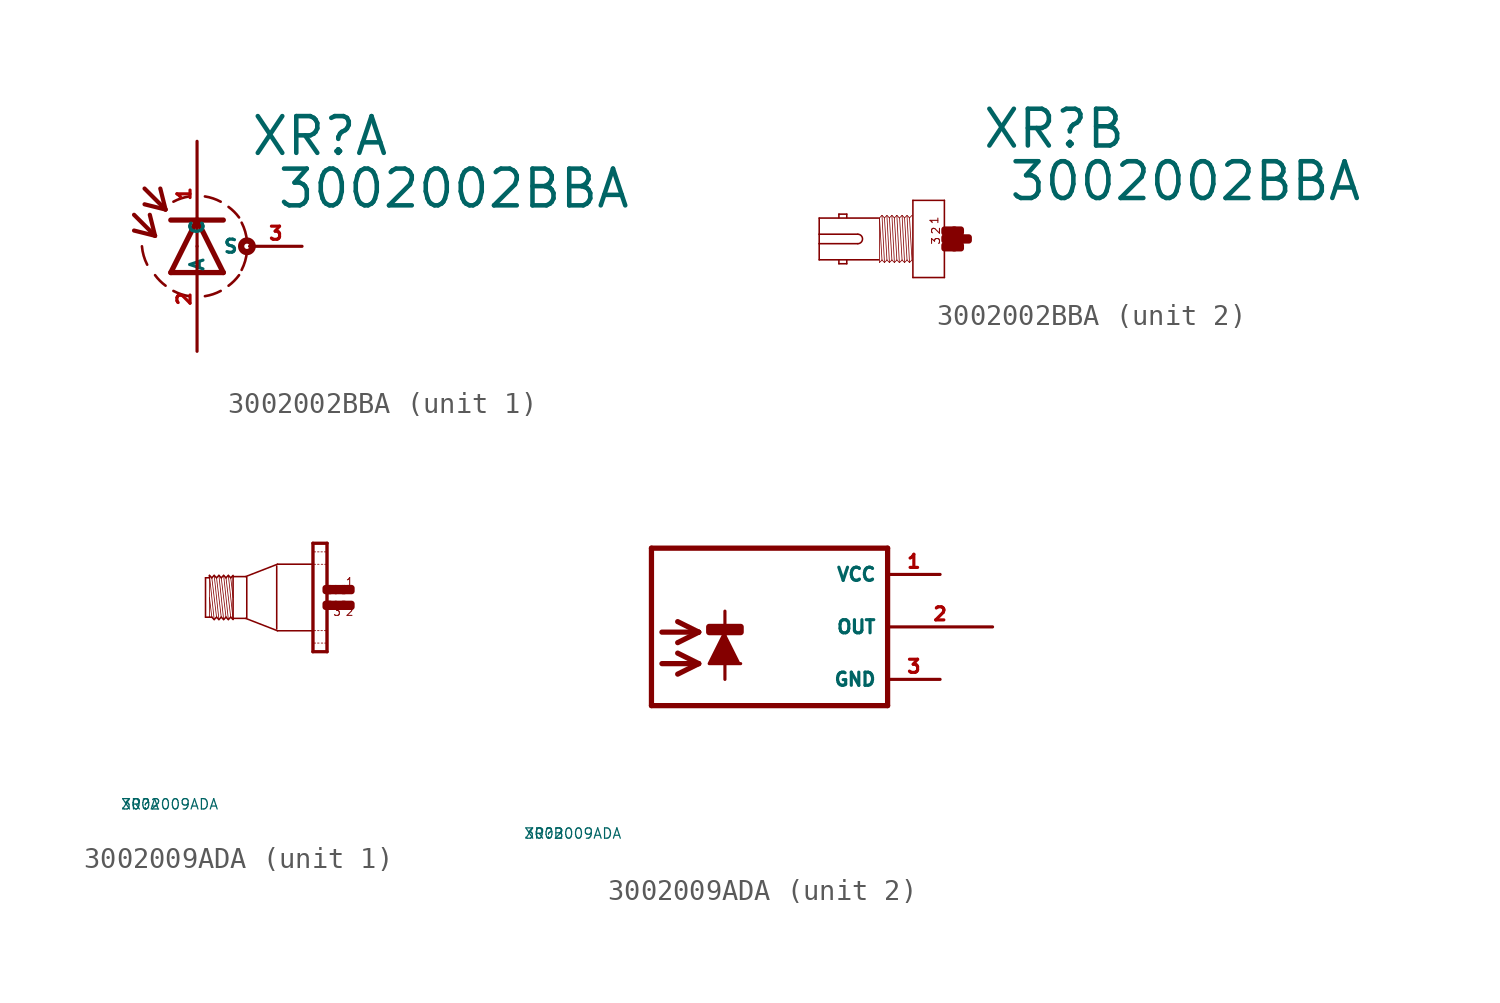
<source format=kicad_sym>
(kicad_symbol_lib
  (version 20220914)
  (generator Eagle2Kicad)
  (symbol "3002002BBA"
    (property "Reference" "XR"
      (at 2.54 4.293 0)
      (effects (font (size 1.778 1.778) (thickness 0.22)) (justify left bottom)))
    (property "Value" "3002002BBA"
      (at 3.81 1.753 0)
      (effects (font (size 1.778 1.778) (thickness 0.22)) (justify left bottom)))
    (symbol "3002002BBA_1_0"
      (arc (start 0.381 -2.413) (mid 0.773 -2.318) (end 1.143 -2.159) (stroke (width 0.127) (type default)) (fill (type none)))
      (arc (start 2.159 -1.143) (mid 2.329 -0.711) (end 2.413 -0.254) (stroke (width 0.127) (type default)) (fill (type none)))
      (arc (start 2.413 0.254) (mid 2.329 0.711) (end 2.159 1.143) (stroke (width 0.127) (type default)) (fill (type none)))
      (arc (start 2.032 1.397) (mid 1.797 1.670) (end 1.524 1.905) (stroke (width 0.127) (type default)) (fill (type none)))
      (arc (start 1.143 2.159) (mid 0.773 2.318) (end 0.381 2.413) (stroke (width 0.127) (type default)) (fill (type none)))
      (arc (start 1.524 -1.905) (mid 1.797 -1.670) (end 2.032 -1.397) (stroke (width 0.127) (type default)) (fill (type none)))
      (arc (start -0.381 2.413) (mid -0.773 2.318) (end -1.143 2.159) (stroke (width 0.127) (type default)) (fill (type none)))
      (polyline (pts (xy 1.27 -1.27) (xy 0 1.27)) (stroke (width 0.254) (type default)) (fill (type none)))
      (polyline (pts (xy 0 1.27) (xy -1.27 -1.27)) (stroke (width 0.254) (type default)) (fill (type none)))
      (polyline (pts (xy -1.27 1.27) (xy 0 1.27)) (stroke (width 0.254) (type default)) (fill (type none)))
      (polyline (pts (xy -1.27 -1.27) (xy 1.27 -1.27)) (stroke (width 0.254) (type default)) (fill (type none)))
      (polyline (pts (xy 0 1.27) (xy 1.27 1.27)) (stroke (width 0.254) (type default)) (fill (type none)))
      (polyline (pts (xy -3.048 1.524) (xy -2.032 0.508)) (stroke (width 0.203) (type default)) (fill (type none)))
      (polyline (pts (xy -2.032 0.508) (xy -2.286 1.524)) (stroke (width 0.203) (type default)) (fill (type none)))
      (polyline (pts (xy -2.032 0.508) (xy -3.048 0.762)) (stroke (width 0.203) (type default)) (fill (type none)))
      (polyline (pts (xy -2.54 2.794) (xy -1.524 1.778)) (stroke (width 0.203) (type default)) (fill (type none)))
      (polyline (pts (xy -1.524 1.778) (xy -1.778 2.794)) (stroke (width 0.203) (type default)) (fill (type none)))
      (polyline (pts (xy -1.524 1.778) (xy -2.54 2.032)) (stroke (width 0.203) (type default)) (fill (type none)))
      (arc (start -2.667 0) (mid -2.583 -0.457) (end -2.413 -0.889) (stroke (width 0.127) (type default)) (fill (type none)))
      (arc (start -2.032 -1.397) (mid -1.797 -1.670) (end -1.524 -1.905) (stroke (width 0.127) (type default)) (fill (type none)))
      (arc (start -1.143 -2.159) (mid -0.773 -2.318) (end -0.381 -2.413) (stroke (width 0.127) (type default)) (fill (type none)))
      (circle (center 2.413 0) (radius 0.127) (stroke (width 0.305) (type default)) (fill (type none)))
      (pin passive line (at 0 5.08 270) (length 5.08) (name "A" (effects (font (size 0.635 0.635) (thickness 0.08)) (justify left bottom))) (number "1" (effects (font (size 0.635 0.635) (thickness 0.08)) (justify left bottom))))
      (pin passive line (at 0 -5.08 90) (length 5.08) (name "C" (effects (font (size 0.635 0.635) (thickness 0.08)) (justify left bottom))) (number "2" (effects (font (size 0.635 0.635) (thickness 0.08)) (justify left bottom))))
      (pin passive line (at 5.08 0 180) (length 2.54) (name "S" (effects (font (size 0.635 0.635) (thickness 0.08)) (justify left bottom))) (number "3" (effects (font (size 0.635 0.635) (thickness 0.08)) (justify left bottom)))))
    (symbol "3002002BBA_2_0"
      (polyline (pts (xy 0.762 1.867) (xy 0.762 -1.867)) (stroke (width 0.076) (type default)) (fill (type none)))
      (polyline (pts (xy 0.762 -1.867) (xy -0.762 -1.867)) (stroke (width 0.076) (type default)) (fill (type none)))
      (polyline (pts (xy -0.762 -1.867) (xy -0.762 1.867)) (stroke (width 0.076) (type default)) (fill (type none)))
      (polyline (pts (xy -0.762 1.867) (xy 0.762 1.867)) (stroke (width 0.076) (type default)) (fill (type none)))
      (polyline (pts (xy -2.419 1.01) (xy -5.296 1.01)) (stroke (width 0.076) (type default)) (fill (type none)))
      (polyline (pts (xy -5.296 1.01) (xy -5.296 0.229)) (stroke (width 0.076) (type default)) (fill (type none)))
      (polyline (pts (xy -5.296 0.229) (xy -5.296 -0.229)) (stroke (width 0.076) (type default)) (fill (type none)))
      (polyline (pts (xy -5.296 -0.229) (xy -5.296 -1.01)) (stroke (width 0.076) (type default)) (fill (type none)))
      (polyline (pts (xy -5.296 -1.01) (xy -2.419 -1.01)) (stroke (width 0.076) (type default)) (fill (type none)))
      (polyline (pts (xy -3.962 -1.029) (xy -3.962 -1.2)) (stroke (width 0.076) (type default)) (fill (type none)))
      (polyline (pts (xy -3.962 -1.2) (xy -4.343 -1.2)) (stroke (width 0.076) (type default)) (fill (type none)))
      (polyline (pts (xy -4.343 -1.2) (xy -4.343 -1.029)) (stroke (width 0.076) (type default)) (fill (type none)))
      (polyline (pts (xy -4.343 1.029) (xy -4.343 1.2)) (stroke (width 0.076) (type default)) (fill (type none)))
      (polyline (pts (xy -4.343 1.2) (xy -3.962 1.2)) (stroke (width 0.076) (type default)) (fill (type none)))
      (polyline (pts (xy -3.962 1.2) (xy -3.962 1.029)) (stroke (width 0.076) (type default)) (fill (type none)))
      (polyline (pts (xy -2.258 1.14) (xy -2.138 -1.14)) (stroke (width 0.038) (type default)) (fill (type none)))
      (polyline (pts (xy -2.018 1.099) (xy -1.898 -1.14)) (stroke (width 0.038) (type default)) (fill (type none)))
      (polyline (pts (xy -1.898 1.02) (xy -1.778 -1.02)) (stroke (width 0.038) (type default)) (fill (type none)))
      (polyline (pts (xy -1.778 1.14) (xy -1.658 -1.14)) (stroke (width 0.038) (type default)) (fill (type none)))
      (polyline (pts (xy -1.538 1.14) (xy -1.418 -1.14)) (stroke (width 0.038) (type default)) (fill (type none)))
      (polyline (pts (xy -2.378 -1.14) (xy -2.378 0.999)) (stroke (width 0.038) (type default)) (fill (type none)))
      (polyline (pts (xy -2.378 -1.14) (xy -2.258 -1.02)) (stroke (width 0.038) (type default)) (fill (type none)))
      (polyline (pts (xy -2.258 -1.02) (xy -2.138 -1.14)) (stroke (width 0.038) (type default)) (fill (type none)))
      (polyline (pts (xy -2.138 -1.14) (xy -2.018 -1.02)) (stroke (width 0.038) (type default)) (fill (type none)))
      (polyline (pts (xy -2.018 -1.02) (xy -1.898 -1.14)) (stroke (width 0.038) (type default)) (fill (type none)))
      (polyline (pts (xy -1.898 -1.14) (xy -1.778 -1.02)) (stroke (width 0.038) (type default)) (fill (type none)))
      (polyline (pts (xy -1.778 -1.02) (xy -1.658 -1.14)) (stroke (width 0.038) (type default)) (fill (type none)))
      (polyline (pts (xy -1.658 -1.14) (xy -1.538 -1.02)) (stroke (width 0.038) (type default)) (fill (type none)))
      (polyline (pts (xy -1.538 -1.02) (xy -1.418 -1.14)) (stroke (width 0.038) (type default)) (fill (type none)))
      (polyline (pts (xy -2.378 1.02) (xy -2.258 1.14)) (stroke (width 0.038) (type default)) (fill (type none)))
      (polyline (pts (xy -2.258 1.14) (xy -2.138 1.02)) (stroke (width 0.038) (type default)) (fill (type none)))
      (polyline (pts (xy -2.138 1.02) (xy -2.018 1.14)) (stroke (width 0.038) (type default)) (fill (type none)))
      (polyline (pts (xy -2.018 1.14) (xy -1.898 1.02)) (stroke (width 0.038) (type default)) (fill (type none)))
      (polyline (pts (xy -1.898 1.02) (xy -1.778 1.14)) (stroke (width 0.038) (type default)) (fill (type none)))
      (polyline (pts (xy -1.778 1.14) (xy -1.658 1.02)) (stroke (width 0.038) (type default)) (fill (type none)))
      (polyline (pts (xy -1.658 1.02) (xy -1.538 1.14)) (stroke (width 0.038) (type default)) (fill (type none)))
      (polyline (pts (xy -1.538 1.14) (xy -1.418 1.02)) (stroke (width 0.038) (type default)) (fill (type none)))
      (polyline (pts (xy -2.138 1.02) (xy -2.018 -1.02)) (stroke (width 0.038) (type default)) (fill (type none)))
      (polyline (pts (xy -1.658 1.02) (xy -1.538 -1.02)) (stroke (width 0.038) (type default)) (fill (type none)))
      (polyline (pts (xy -2.378 1.02) (xy -2.258 -1.02)) (stroke (width 0.038) (type default)) (fill (type none)))
      (polyline (pts (xy -1.286 1.14) (xy -1.166 -1.14)) (stroke (width 0.038) (type default)) (fill (type none)))
      (polyline (pts (xy -1.046 1.099) (xy -0.926 -1.14)) (stroke (width 0.038) (type default)) (fill (type none)))
      (polyline (pts (xy -0.926 1.02) (xy -0.806 -1.02)) (stroke (width 0.038) (type default)) (fill (type none)))
      (polyline (pts (xy -1.406 -1.14) (xy -1.286 -1.02)) (stroke (width 0.038) (type default)) (fill (type none)))
      (polyline (pts (xy -1.286 -1.02) (xy -1.166 -1.14)) (stroke (width 0.038) (type default)) (fill (type none)))
      (polyline (pts (xy -1.166 -1.14) (xy -1.046 -1.02)) (stroke (width 0.038) (type default)) (fill (type none)))
      (polyline (pts (xy -1.046 -1.02) (xy -0.926 -1.14)) (stroke (width 0.038) (type default)) (fill (type none)))
      (polyline (pts (xy -0.926 -1.14) (xy -0.806 -1.02)) (stroke (width 0.038) (type default)) (fill (type none)))
      (polyline (pts (xy -1.406 1.02) (xy -1.286 1.14)) (stroke (width 0.038) (type default)) (fill (type none)))
      (polyline (pts (xy -1.286 1.14) (xy -1.166 1.02)) (stroke (width 0.038) (type default)) (fill (type none)))
      (polyline (pts (xy -1.166 1.02) (xy -1.046 1.14)) (stroke (width 0.038) (type default)) (fill (type none)))
      (polyline (pts (xy -1.046 1.14) (xy -0.926 1.02)) (stroke (width 0.038) (type default)) (fill (type none)))
      (polyline (pts (xy -0.926 1.02) (xy -0.806 1.14)) (stroke (width 0.038) (type default)) (fill (type none)))
      (polyline (pts (xy -1.166 1.02) (xy -1.046 -1.02)) (stroke (width 0.038) (type default)) (fill (type none)))
      (polyline (pts (xy -1.406 1.02) (xy -1.286 -1.02)) (stroke (width 0.038) (type default)) (fill (type none)))
      (polyline (pts (xy -5.296 -0.229) (xy -3.429 -0.229)) (stroke (width 0.076) (type default)) (fill (type none)))
      (polyline (pts (xy -3.429 0.229) (xy -5.296 0.229)) (stroke (width 0.076) (type default)) (fill (type none)))
      (arc (start -3.429 -0.2286) (mid -3.200 0.000) (end -3.429 0.2286) (stroke (width 0.0762) (type default)) (fill (type none)))
      (text "1" (at 0.495 0.686 1800) (effects (font (size 0.381 0.381) (thickness 0.05)) (justify left bottom)))
      (text "3" (at 0.572 -0.305 1800) (effects (font (size 0.381 0.381) (thickness 0.05)) (justify left bottom)))
      (text "2" (at 0.572 0.191 1800) (effects (font (size 0.381 0.381) (thickness 0.05)) (justify left bottom)))
      (rectangle (start 0.762 -0.457) (end 1.257 -0.305) (stroke (width 0.3) (type default)) (fill (type outline)))
      (rectangle (start 0.762 -0.076) (end 1.638 0.076) (stroke (width 0.3) (type default)) (fill (type outline)))
      (rectangle (start 1.219 -0.457) (end 1.562 -0.305) (stroke (width 0.3) (type default)) (fill (type outline)))
      (rectangle (start 1.6 -0.076) (end 1.943 0.076) (stroke (width 0.3) (type default)) (fill (type outline)))
      (rectangle (start 1.219 0.305) (end 1.562 0.457) (stroke (width 0.3) (type default)) (fill (type outline)))
      (rectangle (start 0.762 0.305) (end 1.257 0.457) (stroke (width 0.3) (type default)) (fill (type outline)))))
  (symbol "3002009ADA"
    (property "Reference" "XR"
      (at -10 -10 0)
      (effects (font (size 0.5 0.5) (thickness 0.06)) (justify left)))
    (property "Value" "3002009ADA"
      (at -10 -10 0)
      (effects (font (size 0.5 0.5) (thickness 0.06)) (justify left)))
    (symbol "3002009ADA_1_0"
      (polyline (pts (xy -4.548 -1.067) (xy -4.777 1.067)) (stroke (width 0.038) (type default)) (fill (type none)))
      (polyline (pts (xy -4.662 0.953) (xy -4.548 0)) (stroke (width 0.038) (type default)) (fill (type none)))
      (polyline (pts (xy -4.662 -0.953) (xy -4.891 0.953)) (stroke (width 0.038) (type default)) (fill (type none)))
      (polyline (pts (xy -4.777 -1.067) (xy -5.005 1.067)) (stroke (width 0.038) (type default)) (fill (type none)))
      (polyline (pts (xy -4.891 -0.953) (xy -5.12 0.953)) (stroke (width 0.038) (type default)) (fill (type none)))
      (polyline (pts (xy -5.005 -1.067) (xy -5.234 1.067)) (stroke (width 0.038) (type default)) (fill (type none)))
      (polyline (pts (xy -5.12 -0.953) (xy -5.348 0.953)) (stroke (width 0.038) (type default)) (fill (type none)))
      (polyline (pts (xy -5.234 -1.067) (xy -5.462 1.067)) (stroke (width 0.038) (type default)) (fill (type none)))
      (polyline (pts (xy -5.348 -0.953) (xy -5.577 0.953)) (stroke (width 0.038) (type default)) (fill (type none)))
      (polyline (pts (xy -5.462 -1.067) (xy -5.691 1.067)) (stroke (width 0.038) (type default)) (fill (type none)))
      (polyline (pts (xy -5.691 0) (xy -5.577 -0.953)) (stroke (width 0.038) (type default)) (fill (type none)))
      (polyline (pts (xy -5.691 1.029) (xy -5.691 0.953)) (stroke (width 0.038) (type default)) (fill (type none)))
      (polyline (pts (xy -5.691 0.953) (xy -5.691 -0.953)) (stroke (width 0.038) (type default)) (fill (type none)))
      (polyline (pts (xy -5.881 -0.953) (xy -5.881 0.953)) (stroke (width 0.076) (type default)) (fill (type none)))
      (polyline (pts (xy -5.881 0.953) (xy -5.691 0.953)) (stroke (width 0.076) (type default)) (fill (type none)))
      (polyline (pts (xy -5.691 0.953) (xy -5.691 1.067)) (stroke (width 0.076) (type default)) (fill (type none)))
      (polyline (pts (xy -5.691 1.067) (xy -5.577 0.953)) (stroke (width 0.076) (type default)) (fill (type none)))
      (polyline (pts (xy -5.577 0.953) (xy -5.462 1.067)) (stroke (width 0.076) (type default)) (fill (type none)))
      (polyline (pts (xy -5.462 1.067) (xy -5.348 0.953)) (stroke (width 0.076) (type default)) (fill (type none)))
      (polyline (pts (xy -5.348 0.953) (xy -5.234 1.067)) (stroke (width 0.076) (type default)) (fill (type none)))
      (polyline (pts (xy -5.234 1.067) (xy -5.12 0.953)) (stroke (width 0.076) (type default)) (fill (type none)))
      (polyline (pts (xy -5.12 0.953) (xy -5.005 1.067)) (stroke (width 0.076) (type default)) (fill (type none)))
      (polyline (pts (xy -4.777 1.067) (xy -4.662 0.953)) (stroke (width 0.076) (type default)) (fill (type none)))
      (polyline (pts (xy -4.662 0.953) (xy -4.548 1.067)) (stroke (width 0.076) (type default)) (fill (type none)))
      (polyline (pts (xy -4.548 -1.067) (xy -4.662 -0.953)) (stroke (width 0.076) (type default)) (fill (type none)))
      (polyline (pts (xy -4.662 -0.953) (xy -4.777 -1.067)) (stroke (width 0.076) (type default)) (fill (type none)))
      (polyline (pts (xy -4.777 -1.067) (xy -4.891 -0.953)) (stroke (width 0.076) (type default)) (fill (type none)))
      (polyline (pts (xy -4.891 -0.953) (xy -5.005 -1.067)) (stroke (width 0.076) (type default)) (fill (type none)))
      (polyline (pts (xy -5.005 -1.067) (xy -5.12 -0.953)) (stroke (width 0.076) (type default)) (fill (type none)))
      (polyline (pts (xy -5.12 -0.953) (xy -5.234 -1.067)) (stroke (width 0.076) (type default)) (fill (type none)))
      (polyline (pts (xy -5.234 -1.067) (xy -5.348 -0.953)) (stroke (width 0.076) (type default)) (fill (type none)))
      (polyline (pts (xy -5.348 -0.953) (xy -5.462 -1.067)) (stroke (width 0.076) (type default)) (fill (type none)))
      (polyline (pts (xy -5.462 -1.067) (xy -5.577 -0.953)) (stroke (width 0.076) (type default)) (fill (type none)))
      (polyline (pts (xy -5.577 -0.953) (xy -5.691 -0.953)) (stroke (width 0.076) (type default)) (fill (type none)))
      (polyline (pts (xy -5.691 -0.953) (xy -5.881 -0.953)) (stroke (width 0.076) (type default)) (fill (type none)))
      (polyline (pts (xy -4.548 1.029) (xy -4.548 1.01)) (stroke (width 0.076) (type default)) (fill (type none)))
      (polyline (pts (xy -4.548 1.01) (xy -4.548 -1.01)) (stroke (width 0.076) (type default)) (fill (type none)))
      (polyline (pts (xy -4.548 -1.01) (xy -4.548 -1.029)) (stroke (width 0.076) (type default)) (fill (type none)))
      (polyline (pts (xy -0.038 2.594) (xy -0.038 -2.594)) (stroke (width 0.076) (type default)) (fill (type none)))
      (polyline (pts (xy -0.038 -2.594) (xy -0.655 -2.594)) (stroke (width 0.076) (type default)) (fill (type none)))
      (polyline (pts (xy -0.655 -2.594) (xy -0.655 2.594)) (stroke (width 0.076) (type default)) (fill (type none)))
      (polyline (pts (xy -0.655 2.594) (xy -0.038 2.594)) (stroke (width 0.076) (type default)) (fill (type none)))
      (polyline (pts (xy -0.699 1.61) (xy -2.4 1.61)) (stroke (width 0.076) (type default)) (fill (type none)))
      (polyline (pts (xy -2.4 1.61) (xy -3.938 1.012)) (stroke (width 0.076) (type default)) (fill (type none)))
      (polyline (pts (xy -0.669 -1.61) (xy -2.4 -1.61)) (stroke (width 0.076) (type default)) (fill (type none)))
      (polyline (pts (xy -2.4 -1.61) (xy -3.938 -1.012)) (stroke (width 0.076) (type default)) (fill (type none)))
      (polyline (pts (xy -3.938 -1.01) (xy -4.548 -1.01)) (stroke (width 0.076) (type default)) (fill (type none)))
      (polyline (pts (xy -4.548 1.01) (xy -3.938 1.01)) (stroke (width 0.076) (type default)) (fill (type none)))
      (polyline (pts (xy -4.777 1.067) (xy -4.891 0.953)) (stroke (width 0.076) (type default)) (fill (type none)))
      (polyline (pts (xy -4.891 0.953) (xy -5.005 1.067)) (stroke (width 0.076) (type default)) (fill (type none)))
      (polyline (pts (xy 0 -2.625) (xy -0.69 -2.625)) (stroke (width 0) (type default)) (fill (type none)))
      (polyline (pts (xy 0 -2.625) (xy 0 2.625)) (stroke (width 0) (type default)) (fill (type none)))
      (polyline (pts (xy 0 2.625) (xy -0.69 2.625)) (stroke (width 0) (type default)) (fill (type none)))
      (polyline (pts (xy -0.69 2.625) (xy -0.69 -2.625)) (stroke (width 0) (type default)) (fill (type none)))
      (polyline (pts (xy -0.039 -1.605) (xy -0.135 -1.605)) (stroke (width 0.038) (type default)) (fill (type none)))
      (polyline (pts (xy -0.225 -1.605) (xy -0.3 -1.605)) (stroke (width 0.038) (type default)) (fill (type none)))
      (polyline (pts (xy -0.39 -1.605) (xy -0.465 -1.605)) (stroke (width 0.038) (type default)) (fill (type none)))
      (polyline (pts (xy -0.555 -1.605) (xy -0.633 -1.605)) (stroke (width 0.038) (type default)) (fill (type none)))
      (polyline (pts (xy -0.039 -2.205) (xy -0.12 -2.205)) (stroke (width 0.038) (type default)) (fill (type none)))
      (polyline (pts (xy -0.21 -2.205) (xy -0.285 -2.205)) (stroke (width 0.038) (type default)) (fill (type none)))
      (polyline (pts (xy -0.39 -2.205) (xy -0.465 -2.205)) (stroke (width 0.038) (type default)) (fill (type none)))
      (polyline (pts (xy -0.555 -2.205) (xy -0.633 -2.205)) (stroke (width 0.038) (type default)) (fill (type none)))
      (polyline (pts (xy -0.039 2.205) (xy -0.135 2.205)) (stroke (width 0.038) (type default)) (fill (type none)))
      (polyline (pts (xy -0.225 2.205) (xy -0.3 2.205)) (stroke (width 0.038) (type default)) (fill (type none)))
      (polyline (pts (xy -0.39 2.205) (xy -0.465 2.205)) (stroke (width 0.038) (type default)) (fill (type none)))
      (polyline (pts (xy -0.555 2.205) (xy -0.633 2.205)) (stroke (width 0.038) (type default)) (fill (type none)))
      (polyline (pts (xy -0.039 1.605) (xy -0.12 1.605)) (stroke (width 0.038) (type default)) (fill (type none)))
      (polyline (pts (xy -0.21 1.605) (xy -0.285 1.605)) (stroke (width 0.038) (type default)) (fill (type none)))
      (polyline (pts (xy -0.39 1.605) (xy -0.465 1.605)) (stroke (width 0.038) (type default)) (fill (type none)))
      (polyline (pts (xy -0.555 1.605) (xy -0.633 1.605)) (stroke (width 0.038) (type default)) (fill (type none)))
      (polyline (pts (xy -3.886 0.991) (xy -3.886 -0.991)) (stroke (width 0.076) (type default)) (fill (type none)))
      (polyline (pts (xy -2.438 1.524) (xy -2.438 -1.524)) (stroke (width 0.076) (type default)) (fill (type none)))
      (text "1" (at 0.876 0.533 0) (effects (font (size 0.381 0.381) (thickness 0.05)) (justify left bottom)))
      (text "3" (at 0.267 -0.914 0) (effects (font (size 0.381 0.381) (thickness 0.05)) (justify left bottom)))
      (text "2" (at 0.876 -0.914 0) (effects (font (size 0.381 0.381) (thickness 0.05)) (justify left bottom)))
      (rectangle (start 0.838 -0.457) (end 1.181 -0.305) (stroke (width 0.3) (type default)) (fill (type outline)))
      (rectangle (start 0.419 -0.457) (end 0.762 -0.305) (stroke (width 0.3) (type default)) (fill (type outline)))
      (rectangle (start 0.076 -0.457) (end 0.419 -0.305) (stroke (width 0.3) (type default)) (fill (type outline)))
      (rectangle (start -0.076 -0.457) (end 0.152 -0.305) (stroke (width 0.3) (type default)) (fill (type outline)))
      (rectangle (start 0.762 -0.457) (end 0.838 -0.305) (stroke (width 0.3) (type default)) (fill (type outline)))
      (rectangle (start 0.838 0.305) (end 1.181 0.457) (stroke (width 0.3) (type default)) (fill (type outline)))
      (rectangle (start 0.762 0.305) (end 0.838 0.457) (stroke (width 0.3) (type default)) (fill (type outline)))
      (rectangle (start 0.419 0.305) (end 0.762 0.457) (stroke (width 0.3) (type default)) (fill (type outline)))
      (rectangle (start 0.076 0.305) (end 0.419 0.457) (stroke (width 0.3) (type default)) (fill (type outline)))
      (rectangle (start -0.076 0.305) (end 0.152 0.457) (stroke (width 0.3) (type default)) (fill (type outline))))
    (symbol "3002009ADA_2_0"
      (polyline (pts (xy -0.254 -0.254) (xy -1.016 -1.778) (xy 0.508 -1.778)) (stroke (width 0.152) (type default)) (fill (type outline)))
      (polyline (pts (xy -3.302 -0.254) (xy -1.524 -0.254)) (stroke (width 0.254) (type default)) (fill (type none)))
      (polyline (pts (xy -1.524 -0.254) (xy -2.54 -0.762)) (stroke (width 0.254) (type default)) (fill (type none)))
      (polyline (pts (xy -1.524 -0.254) (xy -2.54 0.254)) (stroke (width 0.254) (type default)) (fill (type none)))
      (polyline (pts (xy -3.302 -1.778) (xy -1.524 -1.778)) (stroke (width 0.254) (type default)) (fill (type none)))
      (polyline (pts (xy -1.524 -1.778) (xy -2.54 -2.286)) (stroke (width 0.254) (type default)) (fill (type none)))
      (polyline (pts (xy -1.524 -1.778) (xy -2.54 -1.27)) (stroke (width 0.254) (type default)) (fill (type none)))
      (polyline (pts (xy -0.254 0.762) (xy -0.254 -2.54)) (stroke (width 0.152) (type default)) (fill (type none)))
      (polyline (pts (xy 7.62 3.81) (xy -3.81 3.81)) (stroke (width 0.254) (type default)) (fill (type none)))
      (polyline (pts (xy -3.81 3.81) (xy -3.81 -3.81)) (stroke (width 0.254) (type default)) (fill (type none)))
      (polyline (pts (xy -3.81 -3.81) (xy 7.62 -3.81)) (stroke (width 0.254) (type default)) (fill (type none)))
      (polyline (pts (xy 7.62 -3.81) (xy 7.62 3.81)) (stroke (width 0.254) (type default)) (fill (type none)))
      (rectangle (start -1.016 -0.254) (end 0.508 0) (stroke (width 0.3) (type default)) (fill (type outline)))
      (pin unspecified line (at 10.16 2.54 180) (length 2.54) (name "VCC" (effects (font (size 0.635 0.635) (thickness 0.08)) (justify left bottom))) (number "1" (effects (font (size 0.635 0.635) (thickness 0.08)) (justify left bottom))))
      (pin unspecified line (at 10.16 -2.54 180) (length 2.54) (name "GND" (effects (font (size 0.635 0.635) (thickness 0.08)) (justify left bottom))) (number "3" (effects (font (size 0.635 0.635) (thickness 0.08)) (justify left bottom))))
      (pin output line (at 12.7 0 180) (length 5.08) (name "OUT" (effects (font (size 0.635 0.635) (thickness 0.08)) (justify left bottom))) (number "2" (effects (font (size 0.635 0.635) (thickness 0.08)) (justify left bottom)))))))
</source>
